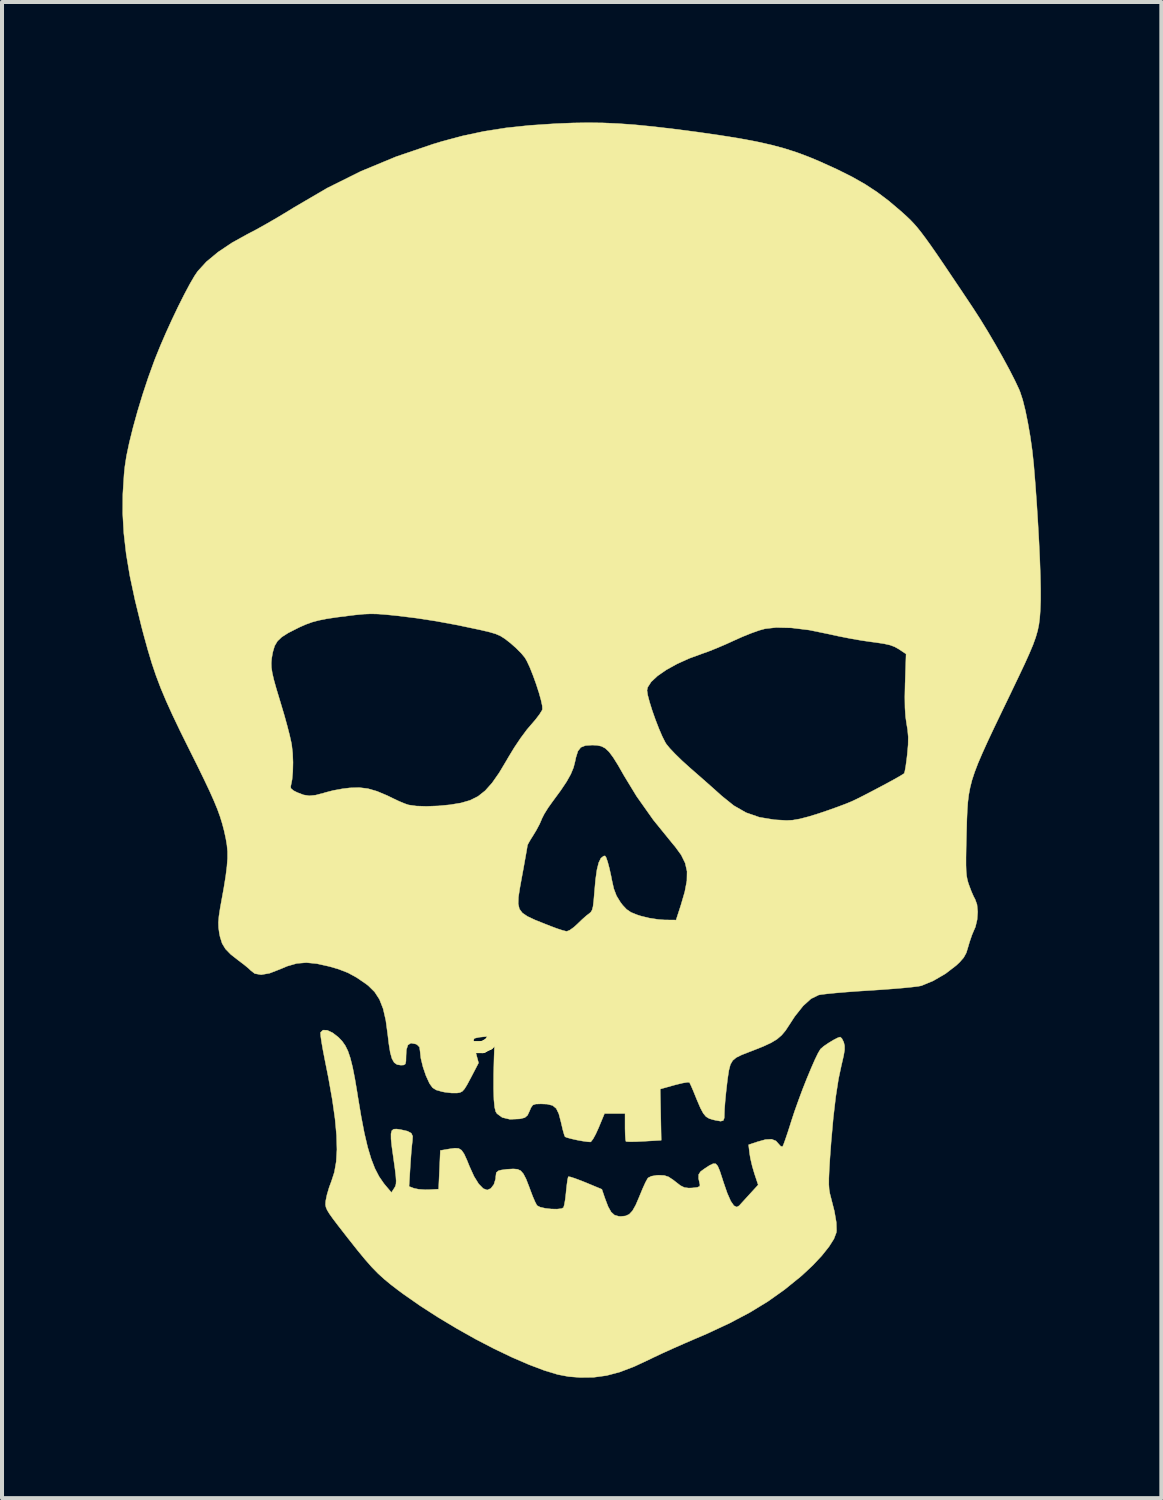
<source format=kicad_pcb>
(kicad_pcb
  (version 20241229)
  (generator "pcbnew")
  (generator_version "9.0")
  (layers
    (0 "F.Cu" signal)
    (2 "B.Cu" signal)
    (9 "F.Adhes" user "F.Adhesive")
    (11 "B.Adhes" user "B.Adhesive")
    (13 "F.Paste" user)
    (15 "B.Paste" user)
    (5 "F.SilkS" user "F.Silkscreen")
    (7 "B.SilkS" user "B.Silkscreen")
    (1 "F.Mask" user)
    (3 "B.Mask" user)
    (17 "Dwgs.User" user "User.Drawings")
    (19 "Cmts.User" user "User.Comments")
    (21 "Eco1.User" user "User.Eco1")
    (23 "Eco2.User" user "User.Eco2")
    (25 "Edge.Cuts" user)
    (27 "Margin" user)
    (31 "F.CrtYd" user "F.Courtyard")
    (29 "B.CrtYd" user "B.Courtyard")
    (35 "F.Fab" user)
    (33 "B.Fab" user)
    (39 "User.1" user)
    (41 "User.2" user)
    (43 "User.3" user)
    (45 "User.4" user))
  (footprint "SKULL"
    (layer "F.Cu")
    (at 11.614 22.331)
    (property "Reference" "SKULL" (at 0 0 0) (layer "F.SilkS") (effects (font (size 1.524 1.524) (thickness 0.3))))
    (attr through_hole)
    (fp_poly (pts (xy -6.517 0.27) (xy -6.383 0.333) (xy -6.24 0.443) (xy -6.146 0.541) (xy -6.068 0.652) (xy -6.001 0.788) (xy -5.942 0.962) (xy -5.886 1.185) (xy -5.83 1.469) (xy -5.77 1.825) (xy -5.756 1.917) (xy -5.673 2.412) (xy -5.593 2.829) (xy -5.511 3.178) (xy -5.424 3.468) (xy -5.331 3.709) (xy -5.227 3.91) (xy -5.109 4.082) (xy -5.065 4.136) (xy -4.918 4.309) (xy -4.847 4.2) (xy -4.82 4.153) (xy -4.805 4.097) (xy -4.801 4.018) (xy -4.809 3.9) (xy -4.829 3.729) (xy -4.863 3.489) (xy -4.869 3.443) (xy -4.907 3.173) (xy -4.928 2.978) (xy -4.929 2.847) (xy -4.909 2.769) (xy -4.863 2.733) (xy -4.789 2.729) (xy -4.686 2.744) (xy -4.519 2.782) (xy -4.425 2.832) (xy -4.389 2.909) (xy -4.395 3.015) (xy -4.408 3.125) (xy -4.424 3.296) (xy -4.439 3.503) (xy -4.45 3.666) (xy -4.48 4.158) (xy -4.356 4.205) (xy -4.241 4.229) (xy -4.083 4.24) (xy -3.988 4.239) (xy -3.744 4.226) (xy -3.722 3.744) (xy -3.701 3.263) (xy -3.468 3.223) (xy -3.339 3.206) (xy -3.245 3.212) (xy -3.173 3.256) (xy -3.109 3.348) (xy -3.039 3.501) (xy -2.976 3.657) (xy -2.862 3.908) (xy -2.746 4.095) (xy -2.633 4.211) (xy -2.534 4.248) (xy -2.443 4.208) (xy -2.367 4.108) (xy -2.325 3.971) (xy -2.321 3.915) (xy -2.308 3.815) (xy -2.253 3.768) (xy -2.184 3.75) (xy -2.043 3.731) (xy -1.888 3.722) (xy -1.88 3.722) (xy -1.779 3.731) (xy -1.7 3.767) (xy -1.633 3.844) (xy -1.566 3.973) (xy -1.489 4.17) (xy -1.462 4.244) (xy -1.4 4.408) (xy -1.341 4.544) (xy -1.297 4.627) (xy -1.29 4.636) (xy -1.215 4.674) (xy -1.089 4.703) (xy -0.94 4.72) (xy -0.795 4.723) (xy -0.682 4.71) (xy -0.634 4.684) (xy -0.614 4.615) (xy -0.591 4.485) (xy -0.572 4.319) (xy -0.569 4.283) (xy -0.551 4.119) (xy -0.533 3.99) (xy -0.517 3.921) (xy -0.514 3.916) (xy -0.466 3.921) (xy -0.356 3.956) (xy -0.203 4.013) (xy -0.085 4.06) (xy 0.321 4.229) (xy 0.397 4.452) (xy 0.476 4.66) (xy 0.552 4.796) (xy 0.636 4.872) (xy 0.741 4.902) (xy 0.793 4.905) (xy 0.91 4.893) (xy 1.003 4.851) (xy 1.084 4.764) (xy 1.165 4.62) (xy 1.256 4.407) (xy 1.268 4.377) (xy 1.34 4.204) (xy 1.406 4.059) (xy 1.458 3.964) (xy 1.472 3.945) (xy 1.553 3.904) (xy 1.689 3.881) (xy 1.74 3.879) (xy 1.874 3.885) (xy 1.981 3.92) (xy 2.096 3.996) (xy 2.155 4.042) (xy 2.279 4.138) (xy 2.376 4.185) (xy 2.482 4.199) (xy 2.57 4.196) (xy 2.7 4.181) (xy 2.758 4.154) (xy 2.763 4.117) (xy 2.729 3.962) (xy 2.731 3.862) (xy 2.778 3.789) (xy 2.876 3.717) (xy 3.002 3.635) (xy 3.091 3.592) (xy 3.155 3.594) (xy 3.206 3.651) (xy 3.257 3.772) (xy 3.32 3.964) (xy 3.346 4.046) (xy 3.443 4.327) (xy 3.53 4.524) (xy 3.609 4.638) (xy 3.681 4.672) (xy 3.739 4.639) (xy 3.796 4.576) (xy 3.892 4.471) (xy 4.004 4.348) (xy 4.213 4.12) (xy 4.12 3.841) (xy 4.065 3.654) (xy 4.02 3.461) (xy 4 3.341) (xy 3.974 3.121) (xy 4.185 3.05) (xy 4.396 2.991) (xy 4.549 2.983) (xy 4.656 3.026) (xy 4.713 3.09) (xy 4.773 3.157) (xy 4.818 3.168) (xy 4.82 3.166) (xy 4.844 3.114) (xy 4.888 2.993) (xy 4.946 2.822) (xy 5.013 2.614) (xy 5.036 2.54) (xy 5.118 2.29) (xy 5.215 2.018) (xy 5.319 1.738) (xy 5.427 1.466) (xy 5.531 1.216) (xy 5.625 1.002) (xy 5.704 0.839) (xy 5.762 0.742) (xy 5.769 0.734) (xy 5.845 0.668) (xy 5.961 0.589) (xy 6.086 0.513) (xy 6.195 0.457) (xy 6.255 0.438) (xy 6.297 0.475) (xy 6.342 0.565) (xy 6.345 0.574) (xy 6.364 0.657) (xy 6.364 0.759) (xy 6.341 0.9) (xy 6.295 1.101) (xy 6.287 1.133) (xy 6.212 1.485) (xy 6.144 1.924) (xy 6.083 2.446) (xy 6.029 3.052) (xy 5.999 3.46) (xy 5.982 3.74) (xy 5.973 3.951) (xy 5.972 4.11) (xy 5.98 4.233) (xy 5.998 4.338) (xy 6.02 4.423) (xy 6.11 4.775) (xy 6.158 5.055) (xy 6.164 5.261) (xy 6.158 5.308) (xy 6.098 5.466) (xy 5.974 5.661) (xy 5.796 5.884) (xy 5.572 6.123) (xy 5.312 6.366) (xy 5.267 6.405) (xy 4.867 6.729) (xy 4.451 7.024) (xy 4.003 7.297) (xy 3.508 7.559) (xy 2.95 7.82) (xy 2.649 7.949) (xy 2.38 8.065) (xy 2.101 8.188) (xy 1.838 8.307) (xy 1.619 8.41) (xy 1.533 8.452) (xy 1.128 8.642) (xy 0.769 8.779) (xy 0.438 8.867) (xy 0.114 8.911) (xy -0.221 8.915) (xy -0.504 8.893) (xy -0.778 8.841) (xy -1.111 8.74) (xy -1.492 8.596) (xy -1.911 8.415) (xy -2.357 8.202) (xy -2.819 7.962) (xy -3.287 7.699) (xy -3.751 7.421) (xy -4.2 7.132) (xy -4.623 6.837) (xy -4.73 6.758) (xy -4.926 6.608) (xy -5.097 6.467) (xy -5.254 6.324) (xy -5.409 6.165) (xy -5.574 5.977) (xy -5.763 5.748) (xy -5.987 5.465) (xy -6.065 5.365) (xy -6.243 5.136) (xy -6.373 4.965) (xy -6.463 4.838) (xy -6.519 4.746) (xy -6.549 4.674) (xy -6.56 4.612) (xy -6.557 4.548) (xy -6.553 4.511) (xy -6.523 4.365) (xy -6.469 4.182) (xy -6.412 4.029) (xy -6.339 3.804) (xy -6.293 3.543) (xy -6.275 3.24) (xy -6.285 2.888) (xy -6.322 2.479) (xy -6.389 2.006) (xy -6.485 1.463) (xy -6.575 1.012) (xy -6.619 0.785) (xy -6.654 0.586) (xy -6.677 0.431) (xy -6.684 0.339) (xy -6.682 0.322) (xy -6.621 0.266) (xy -6.517 0.27)) (stroke (width 0.01) (type solid)) (fill yes) (layer "F.SilkS"))
    (fp_poly (pts (xy 0.35 -22.321) (xy 0.735 -22.304) (xy 1.148 -22.274) (xy 1.604 -22.229) (xy 2.117 -22.169) (xy 2.701 -22.093) (xy 2.715 -22.091) (xy 3.269 -22.011) (xy 3.749 -21.934) (xy 4.167 -21.856) (xy 4.538 -21.773) (xy 4.873 -21.683) (xy 5.187 -21.582) (xy 5.492 -21.467) (xy 5.737 -21.364) (xy 6.176 -21.165) (xy 6.549 -20.979) (xy 6.875 -20.794) (xy 7.171 -20.6) (xy 7.458 -20.384) (xy 7.751 -20.136) (xy 7.835 -20.061) (xy 7.924 -19.98) (xy 8.007 -19.9) (xy 8.088 -19.815) (xy 8.173 -19.718) (xy 8.265 -19.603) (xy 8.371 -19.462) (xy 8.496 -19.289) (xy 8.644 -19.077) (xy 8.82 -18.819) (xy 9.029 -18.508) (xy 9.278 -18.138) (xy 9.561 -17.714) (xy 9.741 -17.435) (xy 9.931 -17.125) (xy 10.122 -16.8) (xy 10.305 -16.476) (xy 10.47 -16.171) (xy 10.608 -15.9) (xy 10.711 -15.68) (xy 10.735 -15.62) (xy 10.799 -15.425) (xy 10.865 -15.161) (xy 10.928 -14.85) (xy 10.987 -14.511) (xy 11.036 -14.164) (xy 11.072 -13.828) (xy 11.075 -13.795) (xy 11.114 -13.314) (xy 11.149 -12.825) (xy 11.179 -12.341) (xy 11.205 -11.875) (xy 11.225 -11.439) (xy 11.239 -11.048) (xy 11.246 -10.714) (xy 11.246 -10.45) (xy 11.244 -10.379) (xy 11.236 -10.175) (xy 11.223 -9.998) (xy 11.203 -9.837) (xy 11.171 -9.68) (xy 11.123 -9.514) (xy 11.056 -9.328) (xy 10.965 -9.112) (xy 10.848 -8.852) (xy 10.699 -8.537) (xy 10.516 -8.155) (xy 10.512 -8.146) (xy 10.283 -7.671) (xy 10.089 -7.267) (xy 9.927 -6.923) (xy 9.794 -6.629) (xy 9.686 -6.377) (xy 9.602 -6.157) (xy 9.537 -5.96) (xy 9.49 -5.775) (xy 9.456 -5.595) (xy 9.433 -5.408) (xy 9.419 -5.207) (xy 9.409 -4.981) (xy 9.402 -4.721) (xy 9.399 -4.614) (xy 9.391 -4.286) (xy 9.387 -4.032) (xy 9.387 -3.838) (xy 9.392 -3.692) (xy 9.402 -3.579) (xy 9.419 -3.487) (xy 9.442 -3.401) (xy 9.461 -3.347) (xy 9.519 -3.192) (xy 9.578 -3.057) (xy 9.613 -2.993) (xy 9.661 -2.86) (xy 9.678 -2.679) (xy 9.664 -2.482) (xy 9.621 -2.302) (xy 9.594 -2.241) (xy 9.536 -2.104) (xy 9.476 -1.929) (xy 9.443 -1.816) (xy 9.395 -1.659) (xy 9.33 -1.54) (xy 9.228 -1.423) (xy 9.144 -1.344) (xy 8.876 -1.138) (xy 8.571 -0.961) (xy 8.277 -0.839) (xy 8.192 -0.823) (xy 8.033 -0.804) (xy 7.814 -0.782) (xy 7.549 -0.76) (xy 7.252 -0.738) (xy 7.007 -0.722) (xy 6.693 -0.702) (xy 6.399 -0.68) (xy 6.139 -0.658) (xy 5.928 -0.637) (xy 5.779 -0.619) (xy 5.716 -0.607) (xy 5.529 -0.515) (xy 5.332 -0.337) (xy 5.122 -0.072) (xy 4.992 0.128) (xy 4.895 0.276) (xy 4.796 0.394) (xy 4.682 0.492) (xy 4.535 0.581) (xy 4.341 0.671) (xy 4.083 0.774) (xy 3.996 0.807) (xy 3.804 0.882) (xy 3.669 0.948) (xy 3.579 1.023) (xy 3.521 1.123) (xy 3.483 1.268) (xy 3.452 1.473) (xy 3.437 1.597) (xy 3.411 1.825) (xy 3.39 2.043) (xy 3.376 2.225) (xy 3.372 2.33) (xy 3.368 2.454) (xy 3.343 2.518) (xy 3.278 2.534) (xy 3.153 2.512) (xy 3.095 2.499) (xy 2.993 2.468) (xy 2.914 2.42) (xy 2.846 2.338) (xy 2.776 2.208) (xy 2.693 2.015) (xy 2.666 1.949) (xy 2.6 1.786) (xy 2.544 1.656) (xy 2.507 1.579) (xy 2.5 1.568) (xy 2.449 1.565) (xy 2.335 1.584) (xy 2.181 1.621) (xy 2.124 1.636) (xy 1.774 1.734) (xy 1.799 3.009) (xy 1.371 3.034) (xy 1.187 3.043) (xy 1.037 3.046) (xy 0.943 3.042) (xy 0.92 3.037) (xy 0.91 2.985) (xy 0.902 2.869) (xy 0.898 2.712) (xy 0.898 2.679) (xy 0.898 2.343) (xy 0.387 2.343) (xy 0.242 2.693) (xy 0.17 2.852) (xy 0.103 2.975) (xy 0.051 3.043) (xy 0.038 3.051) (xy -0.035 3.046) (xy -0.163 3.028) (xy -0.295 3.004) (xy -0.441 2.971) (xy -0.551 2.941) (xy -0.596 2.922) (xy -0.617 2.87) (xy -0.65 2.754) (xy -0.687 2.597) (xy -0.697 2.554) (xy -0.751 2.349) (xy -0.815 2.217) (xy -0.907 2.142) (xy -1.043 2.109) (xy -1.197 2.103) (xy -1.326 2.107) (xy -1.398 2.132) (xy -1.444 2.197) (xy -1.477 2.275) (xy -1.53 2.388) (xy -1.597 2.445) (xy -1.711 2.474) (xy -1.734 2.477) (xy -1.969 2.487) (xy -2.158 2.442) (xy -2.289 2.347) (xy -2.321 2.298) (xy -2.348 2.191) (xy -2.367 1.999) (xy -2.375 1.725) (xy -2.374 1.371) (xy -2.363 0.939) (xy -2.35 0.591) (xy -2.343 0.416) (xy -2.584 0.429) (xy -2.724 0.443) (xy -2.829 0.465) (xy -2.863 0.481) (xy -2.873 0.542) (xy -2.857 0.664) (xy -2.825 0.801) (xy -2.749 1.083) (xy -2.94 1.45) (xy -3.032 1.622) (xy -3.099 1.731) (xy -3.155 1.792) (xy -3.214 1.821) (xy -3.284 1.832) (xy -3.421 1.832) (xy -3.588 1.812) (xy -3.66 1.798) (xy -3.804 1.757) (xy -3.894 1.7) (xy -3.964 1.603) (xy -3.974 1.586) (xy -4.059 1.4) (xy -4.133 1.183) (xy -4.185 0.97) (xy -4.204 0.801) (xy -4.219 0.69) (xy -4.279 0.629) (xy -4.319 0.611) (xy -4.433 0.59) (xy -4.507 0.636) (xy -4.546 0.754) (xy -4.554 0.903) (xy -4.557 1.039) (xy -4.572 1.109) (xy -4.612 1.135) (xy -4.685 1.139) (xy -4.778 1.124) (xy -4.85 1.074) (xy -4.905 0.977) (xy -4.948 0.823) (xy -4.984 0.599) (xy -5.009 0.388) (xy -5.058 0.024) (xy -5.125 -0.267) (xy -5.216 -0.499) (xy -5.337 -0.685) (xy -5.493 -0.839) (xy -5.545 -0.879) (xy -5.782 -1.042) (xy -6 -1.161) (xy -6.238 -1.253) (xy -6.461 -1.318) (xy -6.774 -1.388) (xy -7.037 -1.414) (xy -7.275 -1.394) (xy -7.512 -1.326) (xy -7.685 -1.253) (xy -7.951 -1.15) (xy -8.162 -1.113) (xy -8.321 -1.141) (xy -8.417 -1.215) (xy -8.48 -1.275) (xy -8.591 -1.366) (xy -8.725 -1.467) (xy -8.919 -1.619) (xy -9.05 -1.754) (xy -9.134 -1.893) (xy -9.186 -2.06) (xy -9.203 -2.144) (xy -9.222 -2.282) (xy -9.226 -2.415) (xy -9.213 -2.571) (xy -9.182 -2.774) (xy -9.163 -2.878) (xy -1.762 -2.878) (xy -1.732 -2.75) (xy -1.658 -2.651) (xy -1.532 -2.565) (xy -1.345 -2.477) (xy -1.09 -2.375) (xy -0.963 -2.325) (xy -0.798 -2.263) (xy -0.657 -2.217) (xy -0.565 -2.194) (xy -0.554 -2.192) (xy -0.48 -2.221) (xy -0.375 -2.296) (xy -0.288 -2.376) (xy -0.169 -2.49) (xy -0.058 -2.588) (xy -0.002 -2.63) (xy 0.045 -2.669) (xy 0.078 -2.724) (xy 0.101 -2.812) (xy 0.118 -2.952) (xy 0.135 -3.156) (xy 0.164 -3.483) (xy 0.199 -3.73) (xy 0.243 -3.905) (xy 0.297 -4.014) (xy 0.363 -4.066) (xy 0.399 -4.072) (xy 0.427 -4.032) (xy 0.465 -3.923) (xy 0.508 -3.762) (xy 0.551 -3.567) (xy 0.567 -3.482) (xy 0.618 -3.254) (xy 0.685 -3.078) (xy 0.782 -2.919) (xy 0.84 -2.843) (xy 0.937 -2.74) (xy 1.046 -2.666) (xy 1.199 -2.604) (xy 1.289 -2.575) (xy 1.497 -2.524) (xy 1.723 -2.489) (xy 1.883 -2.477) (xy 2.168 -2.474) (xy 2.289 -2.847) (xy 2.386 -3.18) (xy 2.438 -3.454) (xy 2.442 -3.686) (xy 2.395 -3.893) (xy 2.297 -4.093) (xy 2.145 -4.302) (xy 2.096 -4.359) (xy 1.604 -4.965) (xy 1.186 -5.556) (xy 0.876 -6.065) (xy 0.726 -6.328) (xy 0.604 -6.523) (xy 0.502 -6.66) (xy 0.407 -6.75) (xy 0.311 -6.801) (xy 0.203 -6.824) (xy 0.083 -6.83) (xy -0.087 -6.819) (xy -0.202 -6.774) (xy -0.276 -6.679) (xy -0.326 -6.519) (xy -0.345 -6.427) (xy -0.385 -6.27) (xy -0.453 -6.106) (xy -0.557 -5.92) (xy -0.705 -5.699) (xy -0.904 -5.428) (xy -0.908 -5.423) (xy -1.019 -5.267) (xy -1.113 -5.116) (xy -1.172 -5) (xy -1.178 -4.983) (xy -1.229 -4.865) (xy -1.31 -4.713) (xy -1.38 -4.597) (xy -1.459 -4.471) (xy -1.514 -4.374) (xy -1.533 -4.331) (xy -1.54 -4.28) (xy -1.561 -4.157) (xy -1.593 -3.978) (xy -1.632 -3.758) (xy -1.667 -3.57) (xy -1.721 -3.273) (xy -1.756 -3.047) (xy -1.762 -2.878) (xy -9.163 -2.878) (xy -9.159 -2.901) (xy -9.092 -3.27) (xy -9.044 -3.568) (xy -9.014 -3.809) (xy -8.999 -4.008) (xy -8.999 -4.18) (xy -9.014 -4.34) (xy -9.041 -4.501) (xy -9.043 -4.509) (xy -9.083 -4.694) (xy -9.129 -4.869) (xy -9.183 -5.045) (xy -9.251 -5.233) (xy -9.338 -5.444) (xy -9.447 -5.688) (xy -9.584 -5.977) (xy -9.752 -6.322) (xy -9.956 -6.731) (xy -10.181 -7.185) (xy -10.369 -7.579) (xy -10.527 -7.928) (xy -10.662 -8.249) (xy -10.779 -8.558) (xy -10.885 -8.872) (xy -10.886 -8.876) (xy -7.91 -8.876) (xy -7.906 -8.76) (xy -7.885 -8.624) (xy -7.846 -8.455) (xy -7.785 -8.237) (xy -7.7 -7.956) (xy -7.665 -7.839) (xy -7.587 -7.578) (xy -7.515 -7.317) (xy -7.454 -7.081) (xy -7.412 -6.893) (xy -7.401 -6.833) (xy -7.378 -6.631) (xy -7.369 -6.401) (xy -7.374 -6.172) (xy -7.392 -5.971) (xy -7.421 -5.825) (xy -7.427 -5.809) (xy -7.422 -5.753) (xy -7.355 -5.696) (xy -7.263 -5.65) (xy -7.106 -5.59) (xy -6.964 -5.568) (xy -6.805 -5.584) (xy -6.603 -5.637) (xy -6.562 -5.65) (xy -6.368 -5.7) (xy -6.14 -5.742) (xy -5.952 -5.765) (xy -5.72 -5.772) (xy -5.504 -5.746) (xy -5.279 -5.681) (xy -5.022 -5.573) (xy -4.883 -5.505) (xy -4.725 -5.43) (xy -4.579 -5.37) (xy -4.489 -5.34) (xy -4.299 -5.313) (xy -4.046 -5.305) (xy -3.752 -5.316) (xy -3.459 -5.344) (xy -3.188 -5.389) (xy -2.96 -5.455) (xy -2.762 -5.554) (xy -2.584 -5.695) (xy -2.412 -5.888) (xy -2.235 -6.141) (xy -2.041 -6.466) (xy -2.01 -6.52) (xy -1.863 -6.763) (xy -1.701 -7.005) (xy -1.544 -7.216) (xy -1.457 -7.318) (xy -1.333 -7.462) (xy -1.232 -7.594) (xy -1.17 -7.693) (xy -1.159 -7.721) (xy -1.163 -7.808) (xy -1.195 -7.955) (xy -1.248 -8.144) (xy -1.264 -8.192) (xy 1.445 -8.192) (xy 1.462 -8.077) (xy 1.508 -7.903) (xy 1.574 -7.692) (xy 1.654 -7.465) (xy 1.74 -7.243) (xy 1.824 -7.047) (xy 1.899 -6.899) (xy 1.926 -6.855) (xy 2.012 -6.75) (xy 2.147 -6.608) (xy 2.315 -6.444) (xy 2.499 -6.278) (xy 2.53 -6.25) (xy 2.734 -6.072) (xy 2.948 -5.884) (xy 3.145 -5.709) (xy 3.302 -5.568) (xy 3.305 -5.565) (xy 3.606 -5.323) (xy 3.912 -5.148) (xy 4.244 -5.033) (xy 4.619 -4.971) (xy 4.918 -4.954) (xy 5.07 -4.961) (xy 5.248 -4.992) (xy 5.472 -5.05) (xy 5.721 -5.127) (xy 5.957 -5.207) (xy 6.192 -5.291) (xy 6.397 -5.368) (xy 6.543 -5.428) (xy 6.669 -5.488) (xy 6.838 -5.573) (xy 7.033 -5.674) (xy 7.238 -5.782) (xy 7.437 -5.888) (xy 7.614 -5.985) (xy 7.751 -6.063) (xy 7.833 -6.114) (xy 7.847 -6.124) (xy 7.864 -6.177) (xy 7.886 -6.298) (xy 7.909 -6.465) (xy 7.924 -6.591) (xy 7.946 -6.837) (xy 7.949 -7.033) (xy 7.933 -7.213) (xy 7.91 -7.349) (xy 7.883 -7.534) (xy 7.868 -7.755) (xy 7.864 -8.029) (xy 7.871 -8.373) (xy 7.872 -8.384) (xy 7.895 -9.099) (xy 7.715 -9.219) (xy 7.614 -9.276) (xy 7.498 -9.32) (xy 7.346 -9.354) (xy 7.136 -9.386) (xy 7.041 -9.398) (xy 6.792 -9.434) (xy 6.499 -9.485) (xy 6.2 -9.544) (xy 5.978 -9.593) (xy 5.481 -9.695) (xy 5.039 -9.749) (xy 4.659 -9.758) (xy 4.385 -9.727) (xy 4.239 -9.687) (xy 4.042 -9.617) (xy 3.821 -9.528) (xy 3.627 -9.441) (xy 3.401 -9.338) (xy 3.168 -9.239) (xy 2.959 -9.156) (xy 2.825 -9.109) (xy 2.492 -8.987) (xy 2.188 -8.849) (xy 1.923 -8.702) (xy 1.707 -8.552) (xy 1.549 -8.405) (xy 1.461 -8.268) (xy 1.445 -8.192) (xy -1.264 -8.192) (xy -1.317 -8.355) (xy -1.394 -8.568) (xy -1.472 -8.764) (xy -1.546 -8.922) (xy -1.594 -9.005) (xy -1.683 -9.113) (xy -1.815 -9.246) (xy -1.961 -9.375) (xy -1.967 -9.379) (xy -2.093 -9.477) (xy -2.202 -9.546) (xy -2.32 -9.598) (xy -2.472 -9.643) (xy -2.682 -9.693) (xy -2.708 -9.699) (xy -3.284 -9.82) (xy -3.804 -9.916) (xy -4.298 -9.992) (xy -4.78 -10.051) (xy -5.047 -10.078) (xy -5.255 -10.094) (xy -5.431 -10.098) (xy -5.605 -10.091) (xy -5.803 -10.072) (xy -5.98 -10.051) (xy -6.292 -10.011) (xy -6.536 -9.974) (xy -6.73 -9.935) (xy -6.894 -9.891) (xy -7.046 -9.836) (xy -7.205 -9.766) (xy -7.255 -9.741) (xy -7.486 -9.624) (xy -7.648 -9.521) (xy -7.756 -9.418) (xy -7.826 -9.3) (xy -7.87 -9.152) (xy -7.879 -9.111) (xy -7.9 -8.988) (xy -7.91 -8.876) (xy -10.886 -8.876) (xy -10.985 -9.206) (xy -11.087 -9.576) (xy -11.139 -9.773) (xy -11.302 -10.438) (xy -11.43 -11.038) (xy -11.522 -11.588) (xy -11.581 -12.101) (xy -11.609 -12.594) (xy -11.606 -13.079) (xy -11.575 -13.571) (xy -11.556 -13.76) (xy -11.515 -14.028) (xy -11.445 -14.36) (xy -11.351 -14.739) (xy -11.238 -15.147) (xy -11.11 -15.568) (xy -10.972 -15.984) (xy -10.829 -16.379) (xy -10.796 -16.466) (xy -10.671 -16.774) (xy -10.53 -17.1) (xy -10.379 -17.431) (xy -10.226 -17.752) (xy -10.077 -18.048) (xy -9.941 -18.304) (xy -9.823 -18.507) (xy -9.741 -18.628) (xy -9.524 -18.865) (xy -9.234 -19.105) (xy -8.885 -19.339) (xy -8.5 -19.552) (xy -8.287 -19.663) (xy -8.028 -19.808) (xy -7.748 -19.97) (xy -7.474 -20.135) (xy -7.343 -20.216) (xy -6.517 -20.699) (xy -5.677 -21.117) (xy -4.802 -21.48) (xy -3.873 -21.796) (xy -3.657 -21.861) (xy -3.137 -22) (xy -2.613 -22.111) (xy -2.067 -22.197) (xy -1.482 -22.259) (xy -0.841 -22.302) (xy -0.394 -22.32) (xy -0.022 -22.326) (xy 0.35 -22.321)) (stroke (width 0.01) (type solid)) (fill yes) (layer "F.SilkS")))
  (gr_rect
    (start -3 -3)
    (end 25.865 34.251)
    (stroke (width 0.1) (type default))
    (fill no)
    (layer "Edge.Cuts")))
</source>
